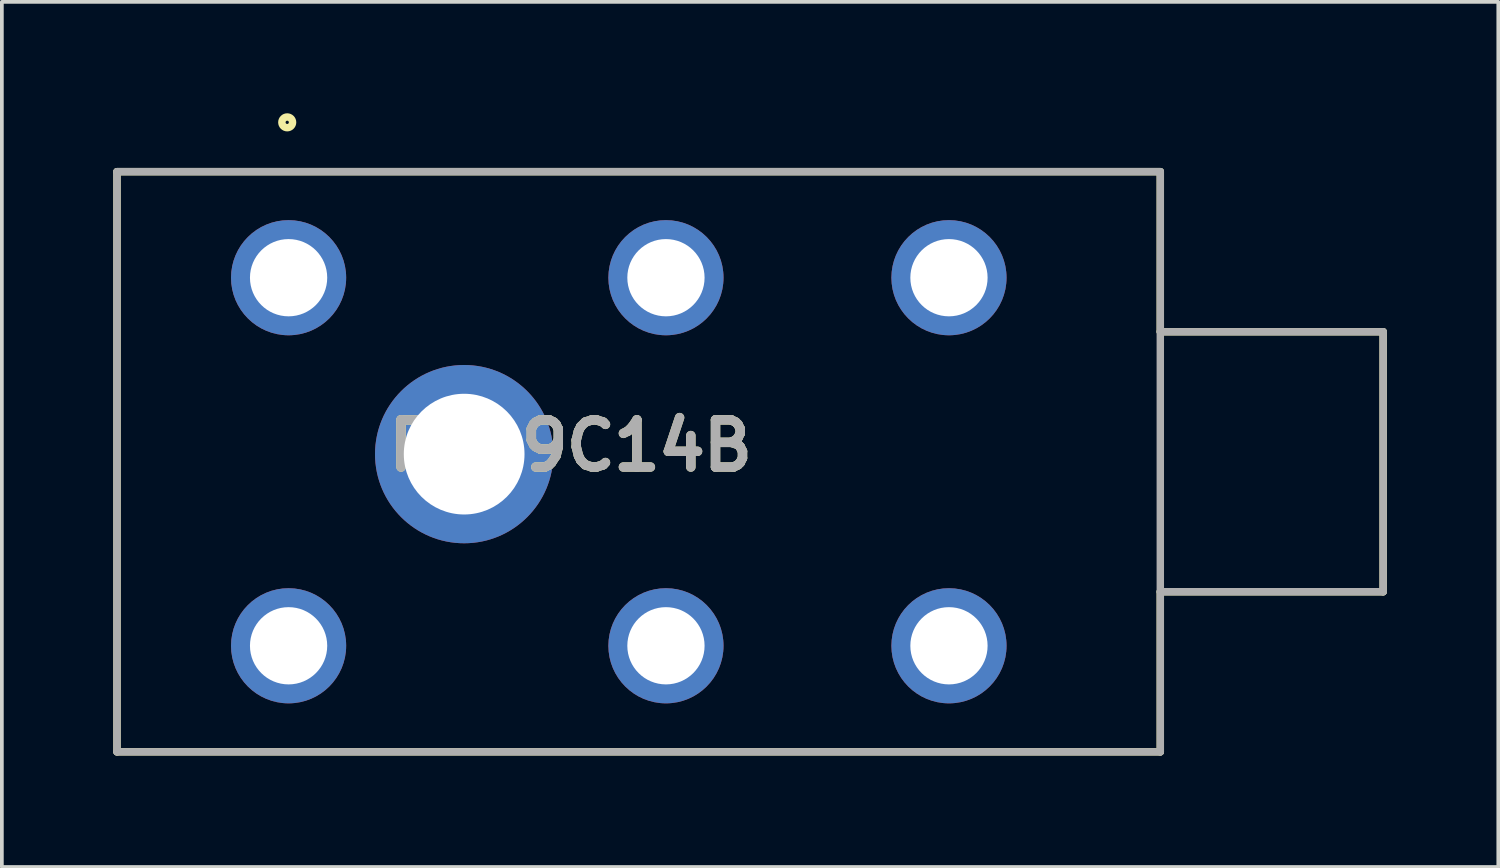
<source format=kicad_pcb>
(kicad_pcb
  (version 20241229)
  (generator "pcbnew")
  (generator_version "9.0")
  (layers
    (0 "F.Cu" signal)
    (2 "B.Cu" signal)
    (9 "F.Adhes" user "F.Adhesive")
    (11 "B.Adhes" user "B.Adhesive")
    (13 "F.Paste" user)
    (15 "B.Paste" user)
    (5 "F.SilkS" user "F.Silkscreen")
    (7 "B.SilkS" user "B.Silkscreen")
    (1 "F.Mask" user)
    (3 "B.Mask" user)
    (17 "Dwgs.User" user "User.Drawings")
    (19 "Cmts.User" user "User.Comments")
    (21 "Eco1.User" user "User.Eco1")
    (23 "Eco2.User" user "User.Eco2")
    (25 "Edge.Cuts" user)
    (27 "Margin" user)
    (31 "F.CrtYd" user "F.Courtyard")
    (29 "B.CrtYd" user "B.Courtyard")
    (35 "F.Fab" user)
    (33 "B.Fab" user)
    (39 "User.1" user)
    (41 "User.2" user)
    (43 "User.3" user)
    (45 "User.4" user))
  (footprint "RA49C14B"
    (layer "F.Cu")
    (at 22.5 4.427)
    (property "Reference" "RA49C14B" (at -10.186 4.523 0) (layer "F.SilkS") (effects (font (size 1.27 1.27) (thickness 0.254))))
    (attr through_hole)
    (fp_line (start -22.4 -2.855) (end 5.69 -2.855) (stroke (width 0.2) (type solid)) (layer "F.SilkS"))
    (fp_line (start -22.4 12.765) (end -22.4 -2.855) (stroke (width 0.2) (type solid)) (layer "F.SilkS"))
    (fp_line (start 5.69 -2.855) (end 5.69 1.455) (stroke (width 0.2) (type solid)) (layer "F.SilkS"))
    (fp_line (start 5.69 1.455) (end 11.69 1.455) (stroke (width 0.2) (type solid)) (layer "F.SilkS"))
    (fp_line (start 5.69 8.455) (end 5.69 12.765) (stroke (width 0.2) (type solid)) (layer "F.SilkS"))
    (fp_line (start 5.69 12.765) (end -22.4 12.765) (stroke (width 0.2) (type solid)) (layer "F.SilkS"))
    (fp_line (start 11.69 1.455) (end 11.69 8.455) (stroke (width 0.2) (type solid)) (layer "F.SilkS"))
    (fp_line (start 11.69 8.455) (end 5.69 8.455) (stroke (width 0.2) (type solid)) (layer "F.SilkS"))
    (fp_circle (center -17.817 -4.183) (end -17.817 -4.039) (stroke (width 0.2) (type solid)) (fill no) (layer "F.SilkS"))
    (fp_line (start -22.4 -2.855) (end 5.69 -2.855) (stroke (width 0.2) (type solid)) (layer "F.Fab"))
    (fp_line (start -22.4 12.765) (end -22.4 -2.855) (stroke (width 0.2) (type solid)) (layer "F.Fab"))
    (fp_line (start 5.69 -2.855) (end 5.69 12.765) (stroke (width 0.2) (type solid)) (layer "F.Fab"))
    (fp_line (start 5.69 1.455) (end 11.69 1.455) (stroke (width 0.2) (type solid)) (layer "F.Fab"))
    (fp_line (start 5.69 12.765) (end -22.4 12.765) (stroke (width 0.2) (type solid)) (layer "F.Fab"))
    (fp_line (start 11.69 1.455) (end 11.69 8.455) (stroke (width 0.2) (type solid)) (layer "F.Fab"))
    (fp_line (start 11.69 8.455) (end 5.69 8.455) (stroke (width 0.2) (type solid)) (layer "F.Fab"))
    (fp_text user "${REFERENCE}" (at -10.186 4.523 0) (layer "F.Fab") (effects (font (size 1.27 1.27) (thickness 0.254))))
    (pad "1" thru_hole circle (at -17.78 0) (size 3.1 3.1) (drill 2.08) (layers "*.Cu" "*.Mask"))
    (pad "2" thru_hole circle (at -17.78 9.91) (size 3.1 3.1) (drill 2.08) (layers "*.Cu" "*.Mask"))
    (pad "3" thru_hole circle (at -7.62 0) (size 3.1 3.1) (drill 2.08) (layers "*.Cu" "*.Mask"))
    (pad "4" thru_hole circle (at -7.62 9.91) (size 3.1 3.1) (drill 2.08) (layers "*.Cu" "*.Mask"))
    (pad "5" thru_hole circle (at 0 0) (size 3.1 3.1) (drill 2.08) (layers "*.Cu" "*.Mask"))
    (pad "6" thru_hole circle (at 0 9.91) (size 3.1 3.1) (drill 2.08) (layers "*.Cu" "*.Mask"))
    (pad "7" thru_hole circle (at -13.053 4.75) (size 4.8 4.8) (drill 3.25) (layers "*.Cu" "*.Mask")))
  (gr_rect
    (start -3 -3)
    (end 37.29 20.292)
    (stroke (width 0.1) (type default))
    (fill no)
    (layer "Edge.Cuts")))
</source>
